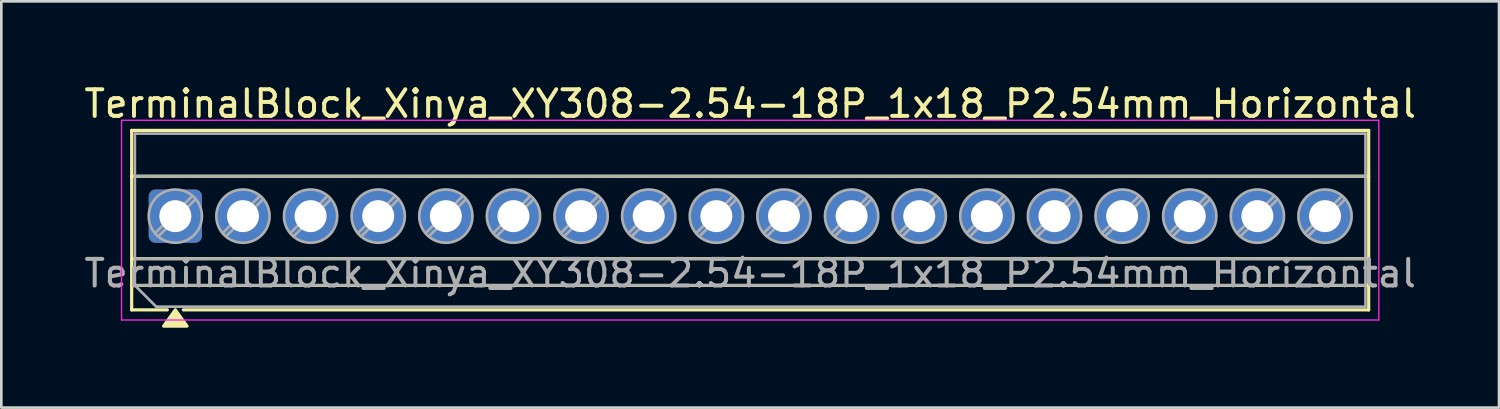
<source format=kicad_pcb>
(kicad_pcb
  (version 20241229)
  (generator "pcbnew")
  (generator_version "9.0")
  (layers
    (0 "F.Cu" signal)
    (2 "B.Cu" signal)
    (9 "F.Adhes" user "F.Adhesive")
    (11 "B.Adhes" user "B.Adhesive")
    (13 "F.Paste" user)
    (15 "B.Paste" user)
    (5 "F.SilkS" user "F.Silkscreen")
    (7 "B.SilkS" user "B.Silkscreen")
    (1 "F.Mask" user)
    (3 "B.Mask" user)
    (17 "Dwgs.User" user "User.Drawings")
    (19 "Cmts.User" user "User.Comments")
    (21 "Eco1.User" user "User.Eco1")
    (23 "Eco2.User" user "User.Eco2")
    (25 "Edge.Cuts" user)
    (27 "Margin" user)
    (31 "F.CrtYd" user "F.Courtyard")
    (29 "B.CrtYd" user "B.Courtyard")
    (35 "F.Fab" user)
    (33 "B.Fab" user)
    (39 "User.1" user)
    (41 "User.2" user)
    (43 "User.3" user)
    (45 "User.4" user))
  (footprint "TerminalBlock_Xinya_XY308-2.54-18P_1x18_P2.54mm_Horizontal"
    (layer "F.Cu")
    (at 3.535 5.068)
    (property "Reference" "TerminalBlock_Xinya_XY308-2.54-18P_1x18_P2.54mm_Horizontal" (at 21.59 -4.22 0) (layer "F.SilkS") (effects (font (size 1 1) (thickness 0.15))))
    (attr through_hole)
    (fp_line (start -1.64 -3.22) (end 44.82 -3.22) (stroke (width 0.12) (type solid)) (layer "F.SilkS"))
    (fp_line (start -1.64 -1.5) (end 44.82 -1.5) (stroke (width 0.12) (type solid)) (layer "F.SilkS"))
    (fp_line (start -1.64 1.6) (end 44.82 1.6) (stroke (width 0.12) (type solid)) (layer "F.SilkS"))
    (fp_line (start -1.64 2.6) (end 44.82 2.6) (stroke (width 0.12) (type solid)) (layer "F.SilkS"))
    (fp_line (start -1.64 3.52) (end -1.64 -3.22) (stroke (width 0.12) (type solid)) (layer "F.SilkS"))
    (fp_line (start -0.3 3.52) (end -1.64 3.52) (stroke (width 0.12) (type solid)) (layer "F.SilkS"))
    (fp_line (start 44.82 -3.22) (end 44.82 3.52) (stroke (width 0.12) (type solid)) (layer "F.SilkS"))
    (fp_line (start 44.82 3.52) (end 0.3 3.52) (stroke (width 0.12) (type solid)) (layer "F.SilkS"))
    (fp_poly (pts (xy 0 3.52) (xy 0.44 4.13) (xy -0.44 4.13)) (stroke (width 0.12) (type solid)) (fill yes) (layer "F.SilkS"))
    (fp_line (start -2.02 -3.6) (end -2.02 3.9) (stroke (width 0.05) (type solid)) (layer "F.CrtYd"))
    (fp_line (start -2.02 3.9) (end 45.2 3.9) (stroke (width 0.05) (type solid)) (layer "F.CrtYd"))
    (fp_line (start 45.2 -3.6) (end -2.02 -3.6) (stroke (width 0.05) (type solid)) (layer "F.CrtYd"))
    (fp_line (start 45.2 3.9) (end 45.2 -3.6) (stroke (width 0.05) (type solid)) (layer "F.CrtYd"))
    (fp_line (start -1.52 -3.1) (end 44.7 -3.1) (stroke (width 0.1) (type solid)) (layer "F.Fab"))
    (fp_line (start -1.52 -1.5) (end 44.7 -1.5) (stroke (width 0.1) (type solid)) (layer "F.Fab"))
    (fp_line (start -1.52 1.6) (end 44.7 1.6) (stroke (width 0.1) (type solid)) (layer "F.Fab"))
    (fp_line (start -1.52 2.6) (end -1.52 -3.1) (stroke (width 0.1) (type solid)) (layer "F.Fab"))
    (fp_line (start -1.52 2.6) (end 44.7 2.6) (stroke (width 0.1) (type solid)) (layer "F.Fab"))
    (fp_line (start -0.72 3.4) (end -1.52 2.6) (stroke (width 0.1) (type solid)) (layer "F.Fab"))
    (fp_line (start 0.636 -0.758) (end -0.758 0.636) (stroke (width 0.1) (type solid)) (layer "F.Fab"))
    (fp_line (start 0.758 -0.636) (end -0.636 0.758) (stroke (width 0.1) (type solid)) (layer "F.Fab"))
    (fp_line (start 3.176 -0.758) (end 1.782 0.636) (stroke (width 0.1) (type solid)) (layer "F.Fab"))
    (fp_line (start 3.298 -0.636) (end 1.904 0.758) (stroke (width 0.1) (type solid)) (layer "F.Fab"))
    (fp_line (start 5.716 -0.758) (end 4.322 0.636) (stroke (width 0.1) (type solid)) (layer "F.Fab"))
    (fp_line (start 5.838 -0.636) (end 4.444 0.758) (stroke (width 0.1) (type solid)) (layer "F.Fab"))
    (fp_line (start 8.256 -0.758) (end 6.862 0.636) (stroke (width 0.1) (type solid)) (layer "F.Fab"))
    (fp_line (start 8.378 -0.636) (end 6.984 0.758) (stroke (width 0.1) (type solid)) (layer "F.Fab"))
    (fp_line (start 10.796 -0.758) (end 9.402 0.636) (stroke (width 0.1) (type solid)) (layer "F.Fab"))
    (fp_line (start 10.918 -0.636) (end 9.524 0.758) (stroke (width 0.1) (type solid)) (layer "F.Fab"))
    (fp_line (start 13.336 -0.758) (end 11.942 0.636) (stroke (width 0.1) (type solid)) (layer "F.Fab"))
    (fp_line (start 13.458 -0.636) (end 12.064 0.758) (stroke (width 0.1) (type solid)) (layer "F.Fab"))
    (fp_line (start 15.876 -0.758) (end 14.482 0.636) (stroke (width 0.1) (type solid)) (layer "F.Fab"))
    (fp_line (start 15.998 -0.636) (end 14.604 0.758) (stroke (width 0.1) (type solid)) (layer "F.Fab"))
    (fp_line (start 18.416 -0.758) (end 17.022 0.636) (stroke (width 0.1) (type solid)) (layer "F.Fab"))
    (fp_line (start 18.538 -0.636) (end 17.144 0.758) (stroke (width 0.1) (type solid)) (layer "F.Fab"))
    (fp_line (start 20.956 -0.758) (end 19.562 0.636) (stroke (width 0.1) (type solid)) (layer "F.Fab"))
    (fp_line (start 21.078 -0.636) (end 19.684 0.758) (stroke (width 0.1) (type solid)) (layer "F.Fab"))
    (fp_line (start 23.496 -0.758) (end 22.102 0.636) (stroke (width 0.1) (type solid)) (layer "F.Fab"))
    (fp_line (start 23.618 -0.636) (end 22.224 0.758) (stroke (width 0.1) (type solid)) (layer "F.Fab"))
    (fp_line (start 26.036 -0.758) (end 24.642 0.636) (stroke (width 0.1) (type solid)) (layer "F.Fab"))
    (fp_line (start 26.158 -0.636) (end 24.764 0.758) (stroke (width 0.1) (type solid)) (layer "F.Fab"))
    (fp_line (start 28.576 -0.758) (end 27.182 0.636) (stroke (width 0.1) (type solid)) (layer "F.Fab"))
    (fp_line (start 28.698 -0.636) (end 27.304 0.758) (stroke (width 0.1) (type solid)) (layer "F.Fab"))
    (fp_line (start 31.116 -0.758) (end 29.722 0.636) (stroke (width 0.1) (type solid)) (layer "F.Fab"))
    (fp_line (start 31.238 -0.636) (end 29.844 0.758) (stroke (width 0.1) (type solid)) (layer "F.Fab"))
    (fp_line (start 33.656 -0.758) (end 32.262 0.636) (stroke (width 0.1) (type solid)) (layer "F.Fab"))
    (fp_line (start 33.778 -0.636) (end 32.384 0.758) (stroke (width 0.1) (type solid)) (layer "F.Fab"))
    (fp_line (start 36.196 -0.758) (end 34.802 0.636) (stroke (width 0.1) (type solid)) (layer "F.Fab"))
    (fp_line (start 36.318 -0.636) (end 34.924 0.758) (stroke (width 0.1) (type solid)) (layer "F.Fab"))
    (fp_line (start 38.736 -0.758) (end 37.342 0.636) (stroke (width 0.1) (type solid)) (layer "F.Fab"))
    (fp_line (start 38.858 -0.636) (end 37.464 0.758) (stroke (width 0.1) (type solid)) (layer "F.Fab"))
    (fp_line (start 41.276 -0.758) (end 39.882 0.636) (stroke (width 0.1) (type solid)) (layer "F.Fab"))
    (fp_line (start 41.398 -0.636) (end 40.004 0.758) (stroke (width 0.1) (type solid)) (layer "F.Fab"))
    (fp_line (start 43.816 -0.758) (end 42.422 0.636) (stroke (width 0.1) (type solid)) (layer "F.Fab"))
    (fp_line (start 43.938 -0.636) (end 42.544 0.758) (stroke (width 0.1) (type solid)) (layer "F.Fab"))
    (fp_line (start 44.7 -3.1) (end 44.7 3.4) (stroke (width 0.1) (type solid)) (layer "F.Fab"))
    (fp_line (start 44.7 3.4) (end -0.72 3.4) (stroke (width 0.1) (type solid)) (layer "F.Fab"))
    (fp_circle (center 0 0) (end 1 0) (stroke (width 0.1) (type solid)) (fill no) (layer "F.Fab"))
    (fp_circle (center 2.54 0) (end 3.54 0) (stroke (width 0.1) (type solid)) (fill no) (layer "F.Fab"))
    (fp_circle (center 5.08 0) (end 6.08 0) (stroke (width 0.1) (type solid)) (fill no) (layer "F.Fab"))
    (fp_circle (center 7.62 0) (end 8.62 0) (stroke (width 0.1) (type solid)) (fill no) (layer "F.Fab"))
    (fp_circle (center 10.16 0) (end 11.16 0) (stroke (width 0.1) (type solid)) (fill no) (layer "F.Fab"))
    (fp_circle (center 12.7 0) (end 13.7 0) (stroke (width 0.1) (type solid)) (fill no) (layer "F.Fab"))
    (fp_circle (center 15.24 0) (end 16.24 0) (stroke (width 0.1) (type solid)) (fill no) (layer "F.Fab"))
    (fp_circle (center 17.78 0) (end 18.78 0) (stroke (width 0.1) (type solid)) (fill no) (layer "F.Fab"))
    (fp_circle (center 20.32 0) (end 21.32 0) (stroke (width 0.1) (type solid)) (fill no) (layer "F.Fab"))
    (fp_circle (center 22.86 0) (end 23.86 0) (stroke (width 0.1) (type solid)) (fill no) (layer "F.Fab"))
    (fp_circle (center 25.4 0) (end 26.4 0) (stroke (width 0.1) (type solid)) (fill no) (layer "F.Fab"))
    (fp_circle (center 27.94 0) (end 28.94 0) (stroke (width 0.1) (type solid)) (fill no) (layer "F.Fab"))
    (fp_circle (center 30.48 0) (end 31.48 0) (stroke (width 0.1) (type solid)) (fill no) (layer "F.Fab"))
    (fp_circle (center 33.02 0) (end 34.02 0) (stroke (width 0.1) (type solid)) (fill no) (layer "F.Fab"))
    (fp_circle (center 35.56 0) (end 36.56 0) (stroke (width 0.1) (type solid)) (fill no) (layer "F.Fab"))
    (fp_circle (center 38.1 0) (end 39.1 0) (stroke (width 0.1) (type solid)) (fill no) (layer "F.Fab"))
    (fp_circle (center 40.64 0) (end 41.64 0) (stroke (width 0.1) (type solid)) (fill no) (layer "F.Fab"))
    (fp_circle (center 43.18 0) (end 44.18 0) (stroke (width 0.1) (type solid)) (fill no) (layer "F.Fab"))
    (fp_text user "${REFERENCE}" (at 21.59 2.15 0) (layer "F.Fab") (effects (font (size 1 1) (thickness 0.15))))
    (pad "1" thru_hole roundrect (at 0 0) (size 2 2) (drill 1.2) (layers "*.Cu" "*.Mask") (roundrect_rratio 0.125))
    (pad "2" thru_hole circle (at 2.54 0) (size 2 2) (drill 1.2) (layers "*.Cu" "*.Mask"))
    (pad "3" thru_hole circle (at 5.08 0) (size 2 2) (drill 1.2) (layers "*.Cu" "*.Mask"))
    (pad "4" thru_hole circle (at 7.62 0) (size 2 2) (drill 1.2) (layers "*.Cu" "*.Mask"))
    (pad "5" thru_hole circle (at 10.16 0) (size 2 2) (drill 1.2) (layers "*.Cu" "*.Mask"))
    (pad "6" thru_hole circle (at 12.7 0) (size 2 2) (drill 1.2) (layers "*.Cu" "*.Mask"))
    (pad "7" thru_hole circle (at 15.24 0) (size 2 2) (drill 1.2) (layers "*.Cu" "*.Mask"))
    (pad "8" thru_hole circle (at 17.78 0) (size 2 2) (drill 1.2) (layers "*.Cu" "*.Mask"))
    (pad "9" thru_hole circle (at 20.32 0) (size 2 2) (drill 1.2) (layers "*.Cu" "*.Mask"))
    (pad "10" thru_hole circle (at 22.86 0) (size 2 2) (drill 1.2) (layers "*.Cu" "*.Mask"))
    (pad "11" thru_hole circle (at 25.4 0) (size 2 2) (drill 1.2) (layers "*.Cu" "*.Mask"))
    (pad "12" thru_hole circle (at 27.94 0) (size 2 2) (drill 1.2) (layers "*.Cu" "*.Mask"))
    (pad "13" thru_hole circle (at 30.48 0) (size 2 2) (drill 1.2) (layers "*.Cu" "*.Mask"))
    (pad "14" thru_hole circle (at 33.02 0) (size 2 2) (drill 1.2) (layers "*.Cu" "*.Mask"))
    (pad "15" thru_hole circle (at 35.56 0) (size 2 2) (drill 1.2) (layers "*.Cu" "*.Mask"))
    (pad "16" thru_hole circle (at 38.1 0) (size 2 2) (drill 1.2) (layers "*.Cu" "*.Mask"))
    (pad "17" thru_hole circle (at 40.64 0) (size 2 2) (drill 1.2) (layers "*.Cu" "*.Mask"))
    (pad "18" thru_hole circle (at 43.18 0) (size 2 2) (drill 1.2) (layers "*.Cu" "*.Mask")))
  (gr_rect
    (start -3 -3)
    (end 53.25 12.258)
    (stroke (width 0.1) (type default))
    (fill no)
    (layer "Edge.Cuts")))
</source>
